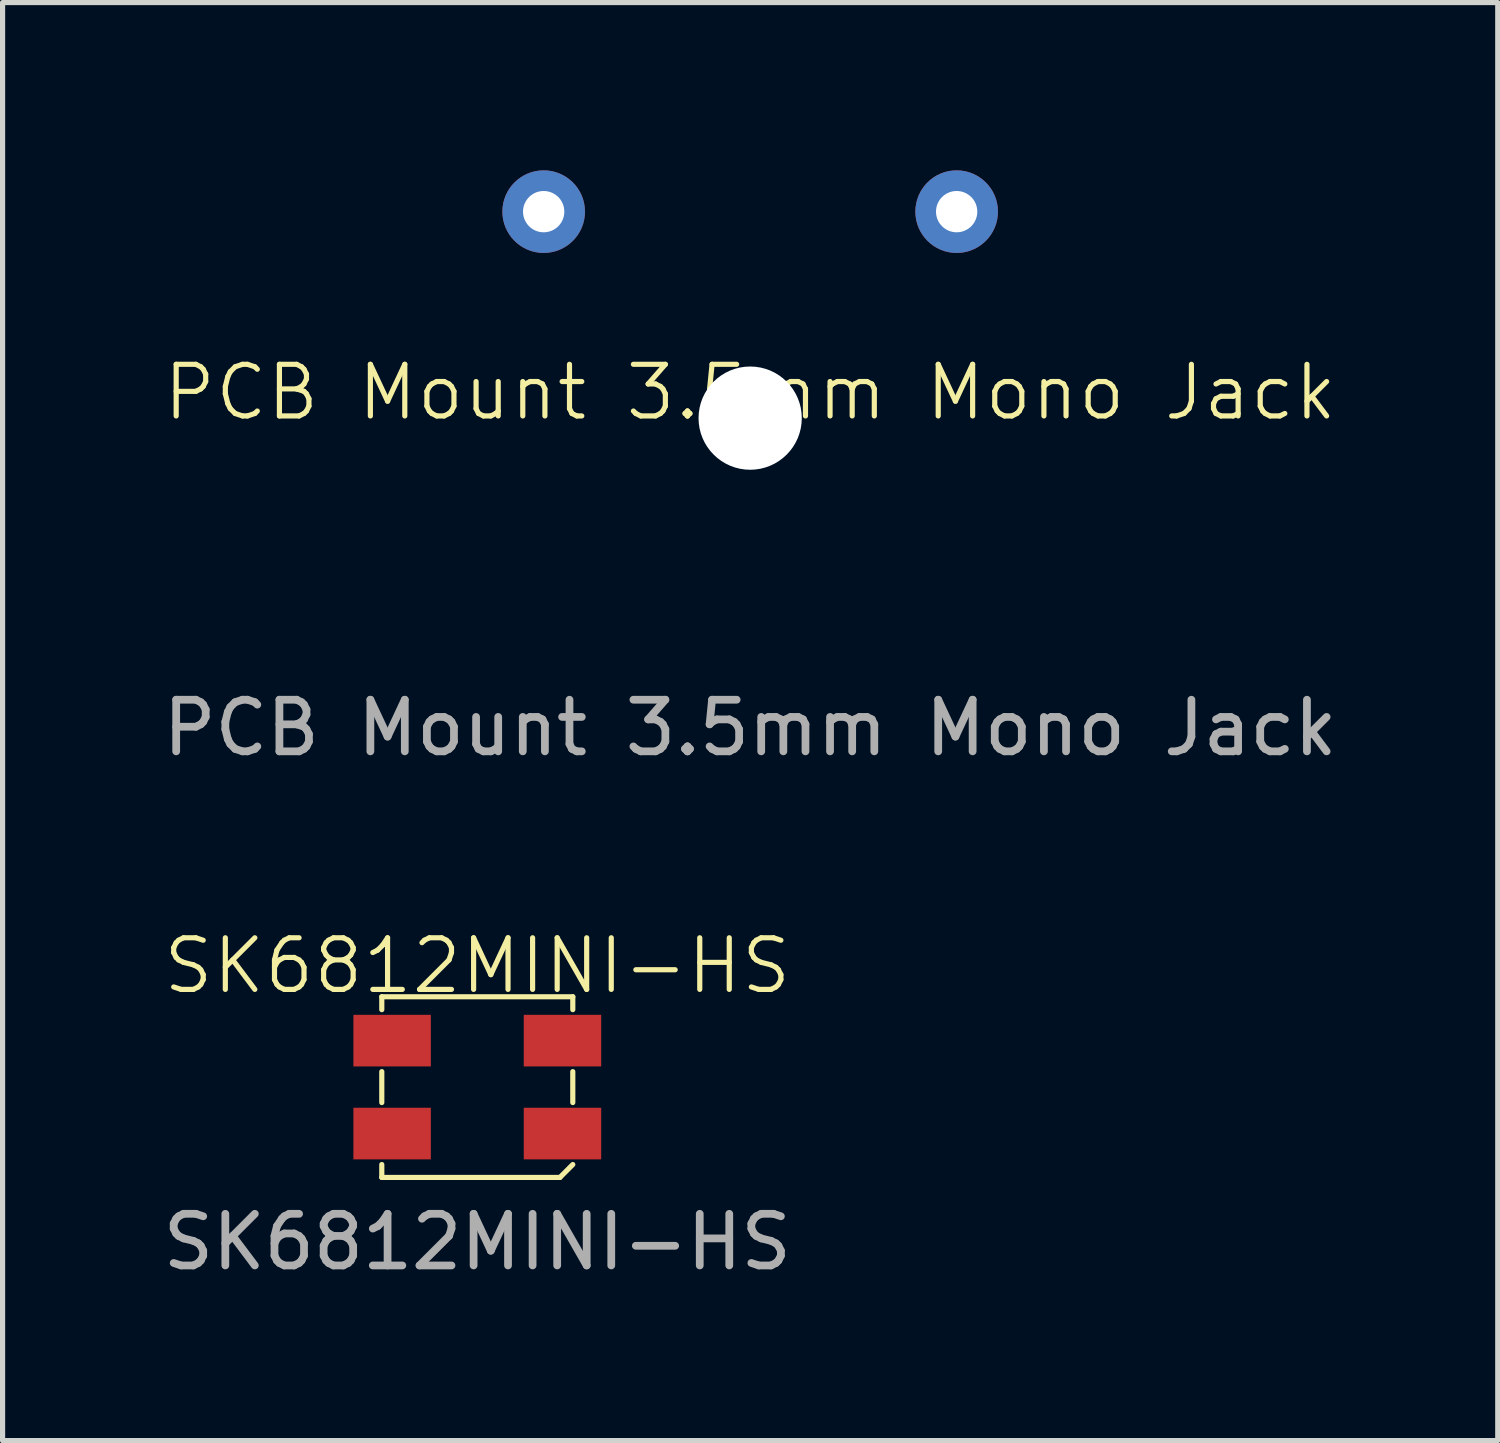
<source format=kicad_pcb>
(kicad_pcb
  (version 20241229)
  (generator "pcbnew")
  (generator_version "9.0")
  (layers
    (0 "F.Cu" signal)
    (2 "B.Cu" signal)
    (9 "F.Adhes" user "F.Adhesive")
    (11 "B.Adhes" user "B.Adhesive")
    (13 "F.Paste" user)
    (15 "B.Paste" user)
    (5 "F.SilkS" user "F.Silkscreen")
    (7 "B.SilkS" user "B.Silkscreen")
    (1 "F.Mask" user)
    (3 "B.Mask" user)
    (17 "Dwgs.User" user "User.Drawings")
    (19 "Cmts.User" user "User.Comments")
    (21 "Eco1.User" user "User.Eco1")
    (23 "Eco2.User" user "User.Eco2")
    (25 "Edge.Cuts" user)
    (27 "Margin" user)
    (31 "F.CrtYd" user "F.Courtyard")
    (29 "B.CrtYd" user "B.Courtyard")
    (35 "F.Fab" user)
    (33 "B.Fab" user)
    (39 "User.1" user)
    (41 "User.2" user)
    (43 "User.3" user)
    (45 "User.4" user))
  (footprint "PCB Mount 3.5mm Mono Jack"
    (layer "F.Cu")
    (at 11.482 5.05)
    (property "Reference" "PCB Mount 3.5mm Mono Jack" (at 0 -0.5 0) (unlocked yes) (layer "F.SilkS") (effects (font (size 1 1) (thickness 0.1))))
    (attr through_hole exclude_from_pos_files exclude_from_bom dnp)
    (fp_line (start -5 -5) (end -5 5) (stroke (width 0.1) (type default)) (layer "Margin"))
    (fp_line (start -5 -5) (end 5 -5) (stroke (width 0.1) (type default)) (layer "Margin"))
    (fp_line (start -5 5) (end 5 5) (stroke (width 0.1) (type default)) (layer "Margin"))
    (fp_line (start 5 5) (end 5 -5) (stroke (width 0.1) (type default)) (layer "Margin"))
    (fp_text user "${REFERENCE}" (at 0 6 0) (unlocked yes) (layer "F.Fab") (effects (font (size 1 1) (thickness 0.15))))
    (pad "" np_thru_hole circle (at 0 0) (size 2 2) (drill 6) (layers "*.Cu" "*.Mask"))
    (pad "1" thru_hole circle (at -4 -4) (size 1.6 1.6) (drill 0.8) (layers "*.Cu" "*.Mask"))
    (pad "2" thru_hole circle (at 4 -4) (size 1.6 1.6) (drill 0.8) (layers "*.Cu" "*.Mask")))
  (footprint "SK6812MINI-HS"
    (layer "F.Cu")
    (at 6.196 18.009)
    (property "Reference" "SK6812MINI-HS" (at 0 -2.35 0) (unlocked yes) (layer "F.SilkS") (effects (font (size 1 1) (thickness 0.1))))
    (attr smd)
    (fp_line (start -1.85 -1.75) (end -1.85 -1.5) (stroke (width 0.1) (type default)) (layer "F.SilkS"))
    (fp_line (start -1.85 -0.3) (end -1.85 0.3) (stroke (width 0.1) (type default)) (layer "F.SilkS"))
    (fp_line (start -1.85 1.5) (end -1.85 1.75) (stroke (width 0.1) (type default)) (layer "F.SilkS"))
    (fp_line (start -1.85 1.75) (end 1.6 1.75) (stroke (width 0.1) (type default)) (layer "F.SilkS"))
    (fp_line (start 1.85 -1.75) (end -1.85 -1.75) (stroke (width 0.1) (type default)) (layer "F.SilkS"))
    (fp_line (start 1.85 -1.75) (end 1.85 -1.5) (stroke (width 0.1) (type default)) (layer "F.SilkS"))
    (fp_line (start 1.85 -0.3) (end 1.85 0.3) (stroke (width 0.1) (type default)) (layer "F.SilkS"))
    (fp_line (start 1.85 1.5) (end 1.6 1.75) (stroke (width 0.1) (type default)) (layer "F.SilkS"))
    (fp_text user "${REFERENCE}" (at 0 3 0) (unlocked yes) (layer "F.Fab") (effects (font (size 1 1) (thickness 0.15))))
    (pad "1" smd rect (at 1.65 0.9) (size 1.5 1) (layers "F.Cu" "F.Mask" "F.Paste"))
    (pad "2" smd rect (at 1.65 -0.9) (size 1.5 1) (layers "F.Cu" "F.Mask" "F.Paste"))
    (pad "3" smd rect (at -1.65 -0.9) (size 1.5 1) (layers "F.Cu" "F.Mask" "F.Paste"))
    (pad "4" smd rect (at -1.65 0.9) (size 1.5 1) (layers "F.Cu" "F.Mask" "F.Paste")))
  (gr_rect
    (start -3 -3)
    (end 25.964 24.857)
    (stroke (width 0.1) (type default))
    (fill no)
    (layer "Edge.Cuts")))
</source>
